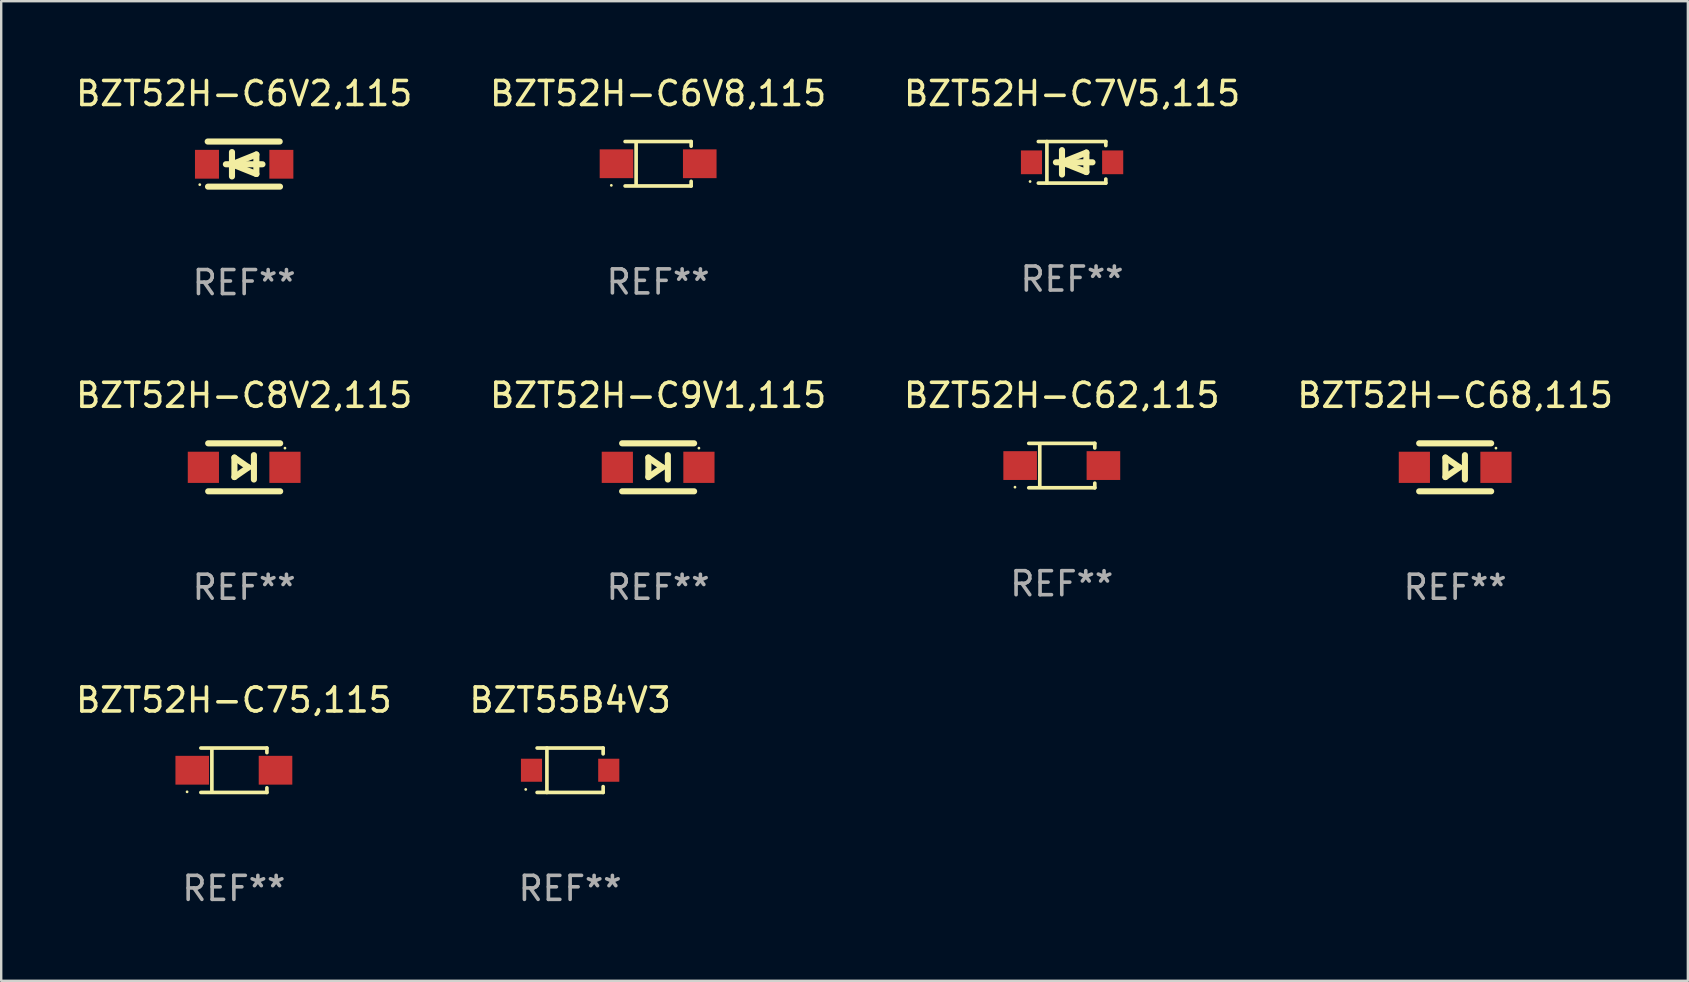
<source format=kicad_pcb>
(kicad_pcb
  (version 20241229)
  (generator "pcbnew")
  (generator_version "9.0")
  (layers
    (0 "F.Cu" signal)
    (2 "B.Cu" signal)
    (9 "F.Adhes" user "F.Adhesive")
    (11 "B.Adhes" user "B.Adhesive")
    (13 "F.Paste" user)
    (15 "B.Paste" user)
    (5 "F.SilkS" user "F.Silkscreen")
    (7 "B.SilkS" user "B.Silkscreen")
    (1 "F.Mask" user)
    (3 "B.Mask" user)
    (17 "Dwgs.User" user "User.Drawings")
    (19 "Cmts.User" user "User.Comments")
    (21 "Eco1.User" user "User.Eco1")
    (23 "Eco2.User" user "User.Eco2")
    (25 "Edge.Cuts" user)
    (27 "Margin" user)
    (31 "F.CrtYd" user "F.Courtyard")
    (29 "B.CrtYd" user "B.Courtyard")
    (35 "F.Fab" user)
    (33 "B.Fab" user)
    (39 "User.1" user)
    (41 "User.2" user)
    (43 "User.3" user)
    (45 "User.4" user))
  (footprint "BZT52H-C7V5,115"
    (layer "F.Cu")
    (at 41.625 3.714)
    (property "Reference" "BZT52H-C7V5,115" (at 0 -2.866 0) (layer "F.SilkS") (effects (font (size 1 1) (thickness 0.15))))
    (attr through_hole)
    (fp_line (start -1.406 -0.866) (end 1.406 -0.866) (stroke (width 0.152) (type solid)) (layer "F.SilkS"))
    (fp_line (start -1.406 0.866) (end 1.406 0.866) (stroke (width 0.152) (type solid)) (layer "F.SilkS"))
    (fp_line (start -1.049 -0.866) (end -1.049 0.866) (stroke (width 0.152) (type solid)) (layer "F.SilkS"))
    (fp_line (start -0.674 0) (end 0.85 0) (stroke (width 0.254) (type solid)) (layer "F.SilkS"))
    (fp_line (start -0.42 -0.508) (end -0.42 0.508) (stroke (width 0.254) (type solid)) (layer "F.SilkS"))
    (fp_line (start -0.42 0) (end 0.596 -0.406) (stroke (width 0.254) (type solid)) (layer "F.SilkS"))
    (fp_line (start 0.596 -0.406) (end 0.596 0.406) (stroke (width 0.254) (type solid)) (layer "F.SilkS"))
    (fp_line (start 0.596 0.406) (end -0.42 0) (stroke (width 0.254) (type solid)) (layer "F.SilkS"))
    (fp_line (start 1.406 -0.866) (end 1.406 -0.698) (stroke (width 0.152) (type solid)) (layer "F.SilkS"))
    (fp_line (start 1.406 0.866) (end 1.406 0.698) (stroke (width 0.152) (type solid)) (layer "F.SilkS"))
    (fp_circle (center -1.75 0.8) (end -1.72 0.8) (stroke (width 0.06) (type solid)) (fill no) (layer "F.SilkS"))
    (fp_text user "REF**" (at 0 4.866 0) (layer "F.Fab") (effects (font (size 1 1) (thickness 0.15))))
    (pad "1" smd rect (at -1.692 0) (size 0.88 0.99) (layers "F.Cu" "F.Mask" "F.Paste"))
    (pad "2" smd rect (at 1.692 0) (size 0.88 0.99) (layers "F.Cu" "F.Mask" "F.Paste")))
  (footprint "BZT52H-C8V2,115"
    (layer "F.Cu")
    (at 7.125 16.424)
    (property "Reference" "BZT52H-C8V2,115" (at 0 -3 0) (layer "F.SilkS") (effects (font (size 1 1) (thickness 0.15))))
    (attr through_hole)
    (fp_line (start -1.5 -1) (end 1.5 -1) (stroke (width 0.254) (type solid)) (layer "F.SilkS"))
    (fp_line (start -0.406 -0.406) (end 0.178 0) (stroke (width 0.254) (type solid)) (layer "F.SilkS"))
    (fp_line (start -0.406 0.406) (end -0.406 -0.406) (stroke (width 0.254) (type solid)) (layer "F.SilkS"))
    (fp_line (start 0.178 0) (end -0.406 0.406) (stroke (width 0.254) (type solid)) (layer "F.SilkS"))
    (fp_line (start 0.406 0.508) (end 0.406 -0.508) (stroke (width 0.254) (type solid)) (layer "F.SilkS"))
    (fp_line (start 1.5 1) (end -1.5 1) (stroke (width 0.254) (type solid)) (layer "F.SilkS"))
    (fp_circle (center 1.7 -0.8) (end 1.73 -0.8) (stroke (width 0.06) (type solid)) (fill no) (layer "F.SilkS"))
    (fp_text user "REF**" (at 0 5 0) (layer "F.Fab") (effects (font (size 1 1) (thickness 0.15))))
    (pad "1" smd rect (at 1.7 0 180) (size 1.3 1.3) (layers "F.Cu" "F.Mask" "F.Paste"))
    (pad "2" smd rect (at -1.7 0 180) (size 1.3 1.3) (layers "F.Cu" "F.Mask" "F.Paste")))
  (footprint "BZT52H-C9V1,115"
    (layer "F.Cu")
    (at 24.375 16.424)
    (property "Reference" "BZT52H-C9V1,115" (at 0 -3 0) (layer "F.SilkS") (effects (font (size 1 1) (thickness 0.15))))
    (attr through_hole)
    (fp_line (start -1.5 -1) (end 1.5 -1) (stroke (width 0.254) (type solid)) (layer "F.SilkS"))
    (fp_line (start -0.406 -0.406) (end 0.178 0) (stroke (width 0.254) (type solid)) (layer "F.SilkS"))
    (fp_line (start -0.406 0.406) (end -0.406 -0.406) (stroke (width 0.254) (type solid)) (layer "F.SilkS"))
    (fp_line (start 0.178 0) (end -0.406 0.406) (stroke (width 0.254) (type solid)) (layer "F.SilkS"))
    (fp_line (start 0.406 0.508) (end 0.406 -0.508) (stroke (width 0.254) (type solid)) (layer "F.SilkS"))
    (fp_line (start 1.5 1) (end -1.5 1) (stroke (width 0.254) (type solid)) (layer "F.SilkS"))
    (fp_circle (center 1.7 -0.8) (end 1.73 -0.8) (stroke (width 0.06) (type solid)) (fill no) (layer "F.SilkS"))
    (fp_text user "REF**" (at 0 5 0) (layer "F.Fab") (effects (font (size 1 1) (thickness 0.15))))
    (pad "1" smd rect (at 1.7 0 180) (size 1.3 1.3) (layers "F.Cu" "F.Mask" "F.Paste"))
    (pad "2" smd rect (at -1.7 0 180) (size 1.3 1.3) (layers "F.Cu" "F.Mask" "F.Paste")))
  (footprint "BZT52H-C6V8,115"
    (layer "F.Cu")
    (at 24.375 3.774)
    (property "Reference" "BZT52H-C6V8,115" (at 0 -2.926 0) (layer "F.SilkS") (effects (font (size 1 1) (thickness 0.15))))
    (attr through_hole)
    (fp_line (start -1.376 -0.926) (end 1.376 -0.926) (stroke (width 0.152) (type solid)) (layer "F.SilkS"))
    (fp_line (start -1.376 0.926) (end 1.376 0.926) (stroke (width 0.152) (type solid)) (layer "F.SilkS"))
    (fp_line (start -0.917 -0.876) (end -0.917 0.876) (stroke (width 0.152) (type solid)) (layer "F.SilkS"))
    (fp_line (start 1.376 -0.926) (end 1.376 -0.733) (stroke (width 0.152) (type solid)) (layer "F.SilkS"))
    (fp_line (start 1.376 0.926) (end 1.376 0.733) (stroke (width 0.152) (type solid)) (layer "F.SilkS"))
    (fp_circle (center -1.95 0.9) (end -1.92 0.9) (stroke (width 0.06) (type solid)) (fill no) (layer "F.SilkS"))
    (fp_text user "REF**" (at 0 4.926 0) (layer "F.Fab") (effects (font (size 1 1) (thickness 0.15))))
    (pad "1" smd rect (at -1.735 0) (size 1.4 1.2) (layers "F.Cu" "F.Mask" "F.Paste"))
    (pad "2" smd rect (at 1.735 0) (size 1.4 1.2) (layers "F.Cu" "F.Mask" "F.Paste")))
  (footprint "BZT52H-C75,115"
    (layer "F.Cu")
    (at 6.696 29.047)
    (property "Reference" "BZT52H-C75,115" (at 0 -2.926 0) (layer "F.SilkS") (effects (font (size 1 1) (thickness 0.15))))
    (attr through_hole)
    (fp_line (start -1.376 -0.926) (end 1.376 -0.926) (stroke (width 0.152) (type solid)) (layer "F.SilkS"))
    (fp_line (start -1.376 0.926) (end 1.376 0.926) (stroke (width 0.152) (type solid)) (layer "F.SilkS"))
    (fp_line (start -0.917 -0.876) (end -0.917 0.876) (stroke (width 0.152) (type solid)) (layer "F.SilkS"))
    (fp_line (start 1.376 -0.926) (end 1.376 -0.733) (stroke (width 0.152) (type solid)) (layer "F.SilkS"))
    (fp_line (start 1.376 0.926) (end 1.376 0.733) (stroke (width 0.152) (type solid)) (layer "F.SilkS"))
    (fp_circle (center -1.95 0.9) (end -1.92 0.9) (stroke (width 0.06) (type solid)) (fill no) (layer "F.SilkS"))
    (fp_text user "REF**" (at 0 4.926 0) (layer "F.Fab") (effects (font (size 1 1) (thickness 0.15))))
    (pad "1" smd rect (at -1.735 0) (size 1.4 1.2) (layers "F.Cu" "F.Mask" "F.Paste"))
    (pad "2" smd rect (at 1.735 0) (size 1.4 1.2) (layers "F.Cu" "F.Mask" "F.Paste")))
  (footprint "BZT52H-C62,115"
    (layer "F.Cu")
    (at 41.196 16.351)
    (property "Reference" "BZT52H-C62,115" (at 0 -2.926 0) (layer "F.SilkS") (effects (font (size 1 1) (thickness 0.15))))
    (attr through_hole)
    (fp_line (start -1.376 -0.926) (end 1.376 -0.926) (stroke (width 0.152) (type solid)) (layer "F.SilkS"))
    (fp_line (start -1.376 0.926) (end 1.376 0.926) (stroke (width 0.152) (type solid)) (layer "F.SilkS"))
    (fp_line (start -0.917 -0.876) (end -0.917 0.876) (stroke (width 0.152) (type solid)) (layer "F.SilkS"))
    (fp_line (start 1.376 -0.926) (end 1.376 -0.733) (stroke (width 0.152) (type solid)) (layer "F.SilkS"))
    (fp_line (start 1.376 0.926) (end 1.376 0.733) (stroke (width 0.152) (type solid)) (layer "F.SilkS"))
    (fp_circle (center -1.95 0.9) (end -1.92 0.9) (stroke (width 0.06) (type solid)) (fill no) (layer "F.SilkS"))
    (fp_text user "REF**" (at 0 4.926 0) (layer "F.Fab") (effects (font (size 1 1) (thickness 0.15))))
    (pad "1" smd rect (at -1.735 0) (size 1.4 1.2) (layers "F.Cu" "F.Mask" "F.Paste"))
    (pad "2" smd rect (at 1.735 0) (size 1.4 1.2) (layers "F.Cu" "F.Mask" "F.Paste")))
  (footprint "BZT55B4V3"
    (layer "F.Cu")
    (at 20.708 29.047)
    (property "Reference" "BZT55B4V3" (at 0 -2.926 0) (layer "F.SilkS") (effects (font (size 1 1) (thickness 0.15))))
    (attr through_hole)
    (fp_line (start -1.376 -0.926) (end 1.376 -0.926) (stroke (width 0.152) (type solid)) (layer "F.SilkS"))
    (fp_line (start -1.376 0.926) (end 1.376 0.926) (stroke (width 0.152) (type solid)) (layer "F.SilkS"))
    (fp_line (start -0.967 -0.926) (end -0.967 0.926) (stroke (width 0.152) (type solid)) (layer "F.SilkS"))
    (fp_line (start 1.376 -0.926) (end 1.376 -0.683) (stroke (width 0.152) (type solid)) (layer "F.SilkS"))
    (fp_line (start 1.376 0.926) (end 1.376 0.683) (stroke (width 0.152) (type solid)) (layer "F.SilkS"))
    (fp_circle (center -1.85 0.8) (end -1.82 0.8) (stroke (width 0.06) (type solid)) (fill no) (layer "F.SilkS"))
    (fp_text user "REF**" (at 0 4.926 0) (layer "F.Fab") (effects (font (size 1 1) (thickness 0.15))))
    (pad "1" smd rect (at -1.61 0) (size 0.88 0.96) (layers "F.Cu" "F.Mask" "F.Paste"))
    (pad "2" smd rect (at 1.61 0) (size 0.88 0.96) (layers "F.Cu" "F.Mask" "F.Paste")))
  (footprint "BZT52H-C6V2,115"
    (layer "F.Cu")
    (at 7.125 3.788)
    (property "Reference" "BZT52H-C6V2,115" (at 0 -2.94 0) (layer "F.SilkS") (effects (font (size 1 1) (thickness 0.15))))
    (attr through_hole)
    (fp_line (start -1.52 -0.94) (end 1.48 -0.94) (stroke (width 0.254) (type solid)) (layer "F.SilkS"))
    (fp_line (start -1.507 0.94) (end 1.493 0.94) (stroke (width 0.254) (type solid)) (layer "F.SilkS"))
    (fp_line (start -0.762 0.007) (end 0.762 0.007) (stroke (width 0.254) (type solid)) (layer "F.SilkS"))
    (fp_line (start -0.508 -0.501) (end -0.508 0.515) (stroke (width 0.254) (type solid)) (layer "F.SilkS"))
    (fp_line (start -0.508 0.007) (end 0.508 -0.4) (stroke (width 0.254) (type solid)) (layer "F.SilkS"))
    (fp_line (start 0.508 -0.4) (end 0.508 0.413) (stroke (width 0.254) (type solid)) (layer "F.SilkS"))
    (fp_line (start 0.508 0.413) (end -0.508 0.007) (stroke (width 0.254) (type solid)) (layer "F.SilkS"))
    (fp_circle (center -1.85 0.857) (end -1.82 0.857) (stroke (width 0.06) (type solid)) (fill no) (layer "F.SilkS"))
    (fp_text user "REF**" (at 0 4.94 0) (layer "F.Fab") (effects (font (size 1 1) (thickness 0.15))))
    (pad "1" smd rect (at -1.55 0.007) (size 1 1.2) (layers "F.Cu" "F.Mask" "F.Paste"))
    (pad "2" smd rect (at 1.55 0.007) (size 1 1.2) (layers "F.Cu" "F.Mask" "F.Paste")))
  (footprint "BZT52H-C68,115"
    (layer "F.Cu")
    (at 57.589 16.424)
    (property "Reference" "BZT52H-C68,115" (at 0 -3 0) (layer "F.SilkS") (effects (font (size 1 1) (thickness 0.15))))
    (attr through_hole)
    (fp_line (start -1.5 -1) (end 1.5 -1) (stroke (width 0.254) (type solid)) (layer "F.SilkS"))
    (fp_line (start -0.406 -0.406) (end 0.178 0) (stroke (width 0.254) (type solid)) (layer "F.SilkS"))
    (fp_line (start -0.406 0.406) (end -0.406 -0.406) (stroke (width 0.254) (type solid)) (layer "F.SilkS"))
    (fp_line (start 0.178 0) (end -0.406 0.406) (stroke (width 0.254) (type solid)) (layer "F.SilkS"))
    (fp_line (start 0.406 0.508) (end 0.406 -0.508) (stroke (width 0.254) (type solid)) (layer "F.SilkS"))
    (fp_line (start 1.5 1) (end -1.5 1) (stroke (width 0.254) (type solid)) (layer "F.SilkS"))
    (fp_circle (center 1.7 -0.8) (end 1.73 -0.8) (stroke (width 0.06) (type solid)) (fill no) (layer "F.SilkS"))
    (fp_text user "REF**" (at 0 5 0) (layer "F.Fab") (effects (font (size 1 1) (thickness 0.15))))
    (pad "1" smd rect (at 1.7 0 180) (size 1.3 1.3) (layers "F.Cu" "F.Mask" "F.Paste"))
    (pad "2" smd rect (at -1.7 0 180) (size 1.3 1.3) (layers "F.Cu" "F.Mask" "F.Paste")))
  (gr_rect
    (start -3 -3)
    (end 67.286 37.822)
    (stroke (width 0.1) (type default))
    (fill no)
    (layer "Edge.Cuts")))
</source>
